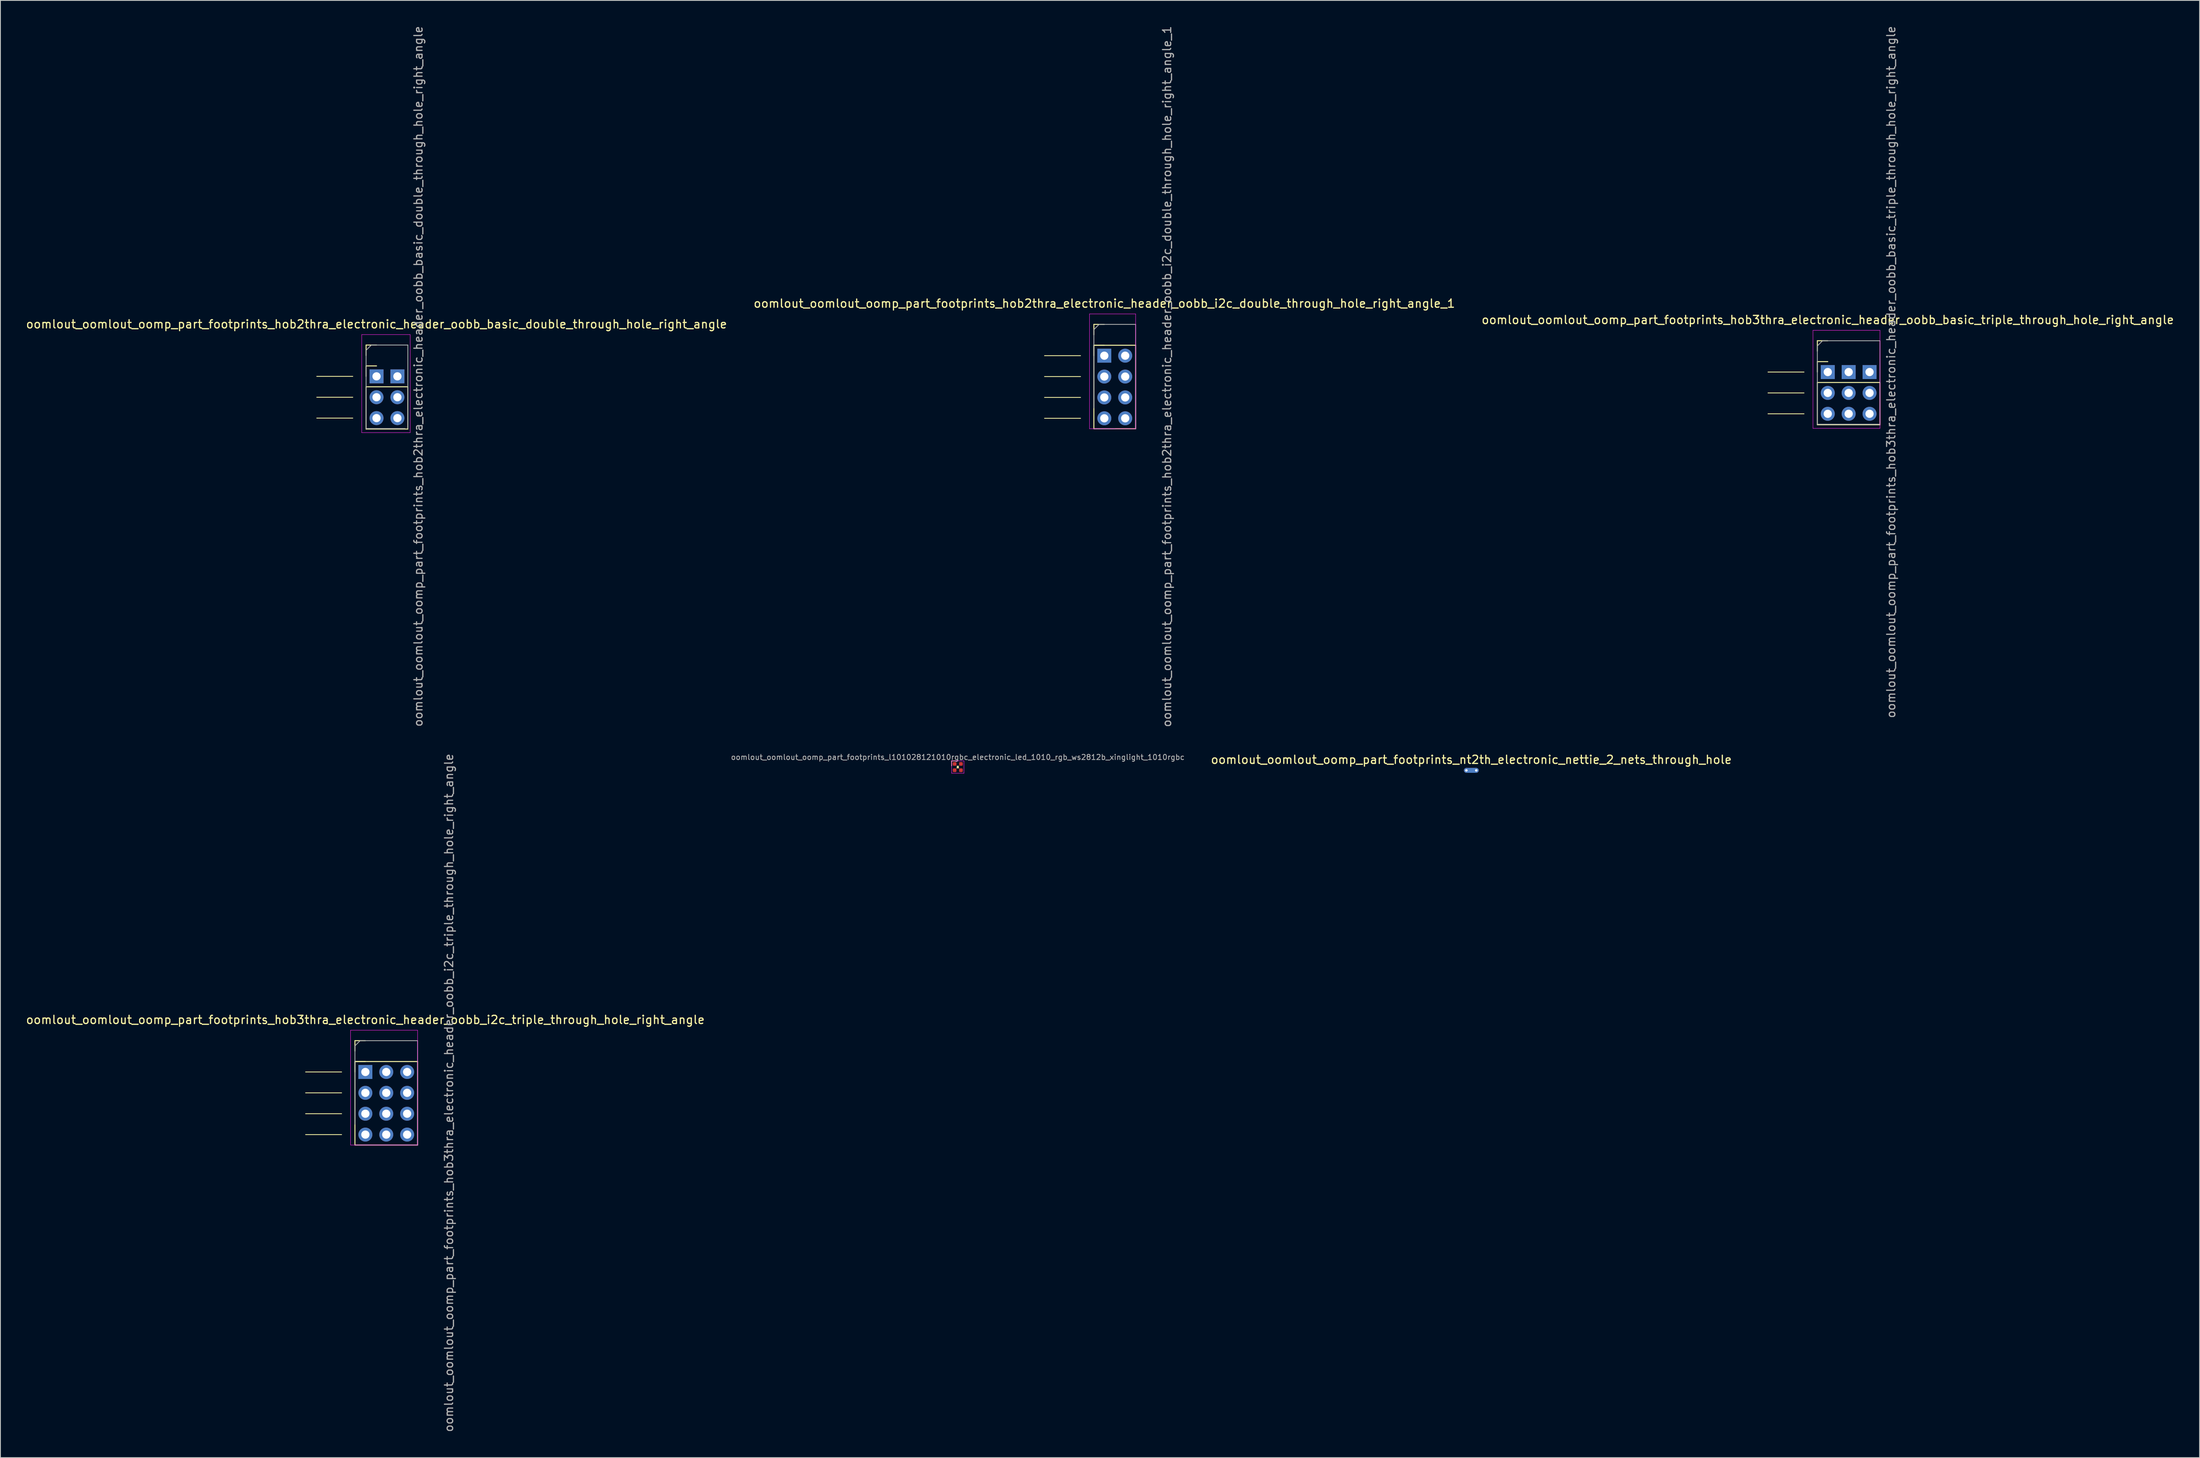
<source format=kicad_pcb>
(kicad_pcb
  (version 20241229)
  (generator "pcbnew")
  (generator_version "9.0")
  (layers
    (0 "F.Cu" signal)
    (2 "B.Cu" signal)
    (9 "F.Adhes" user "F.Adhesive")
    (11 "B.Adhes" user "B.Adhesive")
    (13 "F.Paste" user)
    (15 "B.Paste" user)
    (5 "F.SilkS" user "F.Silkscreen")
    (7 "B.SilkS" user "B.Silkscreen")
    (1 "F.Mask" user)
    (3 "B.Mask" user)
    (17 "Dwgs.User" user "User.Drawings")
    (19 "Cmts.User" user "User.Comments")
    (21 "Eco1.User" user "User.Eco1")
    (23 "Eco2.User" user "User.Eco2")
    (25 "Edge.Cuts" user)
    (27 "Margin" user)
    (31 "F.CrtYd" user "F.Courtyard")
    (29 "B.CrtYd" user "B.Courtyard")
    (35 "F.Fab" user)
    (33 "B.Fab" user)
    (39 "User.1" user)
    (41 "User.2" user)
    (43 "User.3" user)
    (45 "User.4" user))
  (footprint "oomlout_oomlout_oomp_part_footprints_l101028121010rgbc_electronic_led_1010_rgb_ws2812b_xinglight_1010rgbc"
    (layer "F.Cu")
    (at 113.437 90.283)
    (property "Reference" "oomlout_oomlout_oomp_part_footprints_l101028121010rgbc_electronic_led_1010_rgb_ws2812b_xinglight_1010rgbc" (at 0 -1.2 0) (layer "F.Fab") (effects (font (size 0.635 0.635) (thickness 0.1))))
    (attr smd)
    (fp_line (start -0.75 -0.75) (end -0.75 -0.15) (stroke (width 0.1) (type solid)) (layer "F.SilkS"))
    (fp_line (start -0.75 -0.75) (end -0.15 -0.75) (stroke (width 0.1) (type solid)) (layer "F.SilkS"))
    (fp_line (start -0.1 -0.1) (end 0.1 -0.1) (stroke (width 0.1) (type solid)) (layer "F.SilkS"))
    (fp_line (start 0 -0.1) (end -0.1 0.1) (stroke (width 0.1) (type solid)) (layer "F.SilkS"))
    (fp_line (start 0 -0.1) (end 0.1 0.1) (stroke (width 0.1) (type solid)) (layer "F.SilkS"))
    (fp_line (start 0.1 0.1) (end -0.1 0.1) (stroke (width 0.1) (type solid)) (layer "F.SilkS"))
    (fp_line (start -0.75 -0.75) (end 0.75 -0.75) (stroke (width 0.05) (type solid)) (layer "F.CrtYd"))
    (fp_line (start -0.75 0.75) (end -0.75 -0.75) (stroke (width 0.05) (type solid)) (layer "F.CrtYd"))
    (fp_line (start 0.75 -0.75) (end 0.75 0.75) (stroke (width 0.05) (type solid)) (layer "F.CrtYd"))
    (fp_line (start 0.75 0.75) (end -0.75 0.75) (stroke (width 0.05) (type solid)) (layer "F.CrtYd"))
    (pad "1" smd roundrect (at -0.385 -0.385) (size 0.45 0.45) (layers "F.Cu" "F.Mask" "F.Paste") (roundrect_rratio 0.25))
    (pad "2" smd roundrect (at 0.385 -0.385) (size 0.45 0.45) (layers "F.Cu" "F.Mask" "F.Paste") (roundrect_rratio 0.25))
    (pad "3" smd roundrect (at 0.385 0.385) (size 0.45 0.45) (layers "F.Cu" "F.Mask" "F.Paste") (roundrect_rratio 0.25))
    (pad "4" smd roundrect (at -0.385 0.385) (size 0.45 0.45) (layers "F.Cu" "F.Mask" "F.Paste") (roundrect_rratio 0.25)))
  (footprint "oomlout_oomlout_oomp_part_footprints_hob3thra_electronic_header_oobb_basic_triple_through_hole_right_angle"
    (layer "F.Cu")
    (at 219.244 42.22)
    (property "Reference" "oomlout_oomlout_oomp_part_footprints_hob3thra_electronic_header_oobb_basic_triple_through_hole_right_angle" (at 0 -6.35 0) (layer "F.SilkS") (effects (font (size 1 1) (thickness 0.15))))
    (attr through_hole)
    (fp_line (start -2.89 0) (end -7.27 0) (stroke (width 0.1) (type default)) (layer "F.SilkS"))
    (fp_line (start -2.89 2.54) (end -7.27 2.54) (stroke (width 0.1) (type default)) (layer "F.SilkS"))
    (fp_line (start -2.89 5.08) (end -7.27 5.08) (stroke (width 0.1) (type default)) (layer "F.SilkS"))
    (fp_line (start -1.27 -3.81) (end 0 -3.81) (stroke (width 0.12) (type solid)) (layer "F.SilkS"))
    (fp_line (start -1.27 -2.54) (end -1.27 -3.81) (stroke (width 0.12) (type solid)) (layer "F.SilkS"))
    (fp_line (start -1.27 -1.27) (end 0 -1.27) (stroke (width 0.12) (type solid)) (layer "F.SilkS"))
    (fp_line (start -1.27 0) (end -1.27 -1.27) (stroke (width 0.12) (type solid)) (layer "F.SilkS"))
    (fp_line (start -1.27 1.27) (end -1.27 6.41) (stroke (width 0.12) (type solid)) (layer "F.SilkS"))
    (fp_line (start -1.27 6.41) (end 6.35 6.41) (stroke (width 0.12) (type solid)) (layer "F.SilkS"))
    (fp_line (start 6.35 1.27) (end -1.27 1.27) (stroke (width 0.12) (type solid)) (layer "F.SilkS"))
    (fp_line (start 6.35 1.27) (end 6.35 6.41) (stroke (width 0.12) (type solid)) (layer "F.SilkS"))
    (fp_line (start -1.8 -5.08) (end -1.8 6.85) (stroke (width 0.05) (type solid)) (layer "F.CrtYd"))
    (fp_line (start -1.8 6.85) (end 6.35 6.85) (stroke (width 0.05) (type solid)) (layer "F.CrtYd"))
    (fp_line (start 6.35 -5.08) (end -1.8 -5.08) (stroke (width 0.05) (type solid)) (layer "F.CrtYd"))
    (fp_line (start 6.35 6.85) (end 6.35 -5.08) (stroke (width 0.05) (type solid)) (layer "F.CrtYd"))
    (fp_line (start -1.27 -3.175) (end -0.635 -3.81) (stroke (width 0.1) (type solid)) (layer "F.Fab"))
    (fp_line (start -1.27 6.35) (end -1.27 -3.175) (stroke (width 0.1) (type solid)) (layer "F.Fab"))
    (fp_line (start -0.635 -3.81) (end 6.35 -3.81) (stroke (width 0.1) (type solid)) (layer "F.Fab"))
    (fp_line (start 6.35 -3.81) (end 6.35 6.35) (stroke (width 0.1) (type solid)) (layer "F.Fab"))
    (fp_line (start 6.35 6.35) (end -1.27 6.35) (stroke (width 0.1) (type solid)) (layer "F.Fab"))
    (fp_text user "${REFERENCE}" (at 7.7 0 90) (layer "F.Fab") (effects (font (size 1 1) (thickness 0.15))))
    (pad "1" thru_hole oval (at 0 5.08) (size 1.7 1.7) (drill 1) (layers "*.Cu" "*.Mask"))
    (pad "1" thru_hole oval (at 2.54 5.08) (size 1.7 1.7) (drill 1) (layers "*.Cu" "*.Mask"))
    (pad "1" thru_hole oval (at 5.08 5.08) (size 1.7 1.7) (drill 1) (layers "*.Cu" "*.Mask"))
    (pad "2" thru_hole oval (at 0 2.54) (size 1.7 1.7) (drill 1) (layers "*.Cu" "*.Mask"))
    (pad "2" thru_hole oval (at 2.54 2.54) (size 1.7 1.7) (drill 1) (layers "*.Cu" "*.Mask"))
    (pad "2" thru_hole oval (at 5.08 2.54) (size 1.7 1.7) (drill 1) (layers "*.Cu" "*.Mask"))
    (pad "3" thru_hole rect (at 0 0) (size 1.7 1.7) (drill 1) (layers "*.Cu" "*.Mask"))
    (pad "4" thru_hole rect (at 2.54 0) (size 1.7 1.7) (drill 1) (layers "*.Cu" "*.Mask"))
    (pad "5" thru_hole rect (at 5.08 0) (size 1.7 1.7) (drill 1) (layers "*.Cu" "*.Mask")))
  (footprint "oomlout_oomlout_oomp_part_footprints_hob2thra_electronic_header_oobb_i2c_double_through_hole_right_angle_1"
    (layer "F.Cu")
    (at 131.256 40.228)
    (property "Reference" "oomlout_oomlout_oomp_part_footprints_hob2thra_electronic_header_oobb_i2c_double_through_hole_right_angle_1" (at 0 -6.35 0) (layer "F.SilkS") (effects (font (size 1 1) (thickness 0.15))))
    (attr through_hole)
    (fp_line (start -2.89 0) (end -7.27 0) (stroke (width 0.1) (type default)) (layer "F.SilkS"))
    (fp_line (start -2.89 2.54) (end -7.27 2.54) (stroke (width 0.1) (type default)) (layer "F.SilkS"))
    (fp_line (start -2.89 5.08) (end -7.27 5.08) (stroke (width 0.1) (type default)) (layer "F.SilkS"))
    (fp_line (start -2.89 7.62) (end -7.27 7.62) (stroke (width 0.1) (type default)) (layer "F.SilkS"))
    (fp_line (start -1.27 -3.81) (end 0 -3.81) (stroke (width 0.12) (type solid)) (layer "F.SilkS"))
    (fp_line (start -1.27 -2.54) (end -1.27 -3.81) (stroke (width 0.12) (type solid)) (layer "F.SilkS"))
    (fp_line (start -1.27 -1.27) (end -1.27 8.89) (stroke (width 0.12) (type solid)) (layer "F.SilkS"))
    (fp_line (start -1.27 -1.27) (end 0 -1.27) (stroke (width 0.12) (type solid)) (layer "F.SilkS"))
    (fp_line (start -1.27 0) (end -1.27 -1.27) (stroke (width 0.12) (type solid)) (layer "F.SilkS"))
    (fp_line (start -1.27 8.89) (end 3.81 8.89) (stroke (width 0.12) (type solid)) (layer "F.SilkS"))
    (fp_line (start 3.81 -1.27) (end -1.27 -1.27) (stroke (width 0.12) (type solid)) (layer "F.SilkS"))
    (fp_line (start 3.81 -1.27) (end 3.81 8.89) (stroke (width 0.12) (type solid)) (layer "F.SilkS"))
    (fp_line (start -1.8 -5.08) (end -1.8 8.89) (stroke (width 0.05) (type solid)) (layer "F.CrtYd"))
    (fp_line (start -1.8 8.89) (end 3.81 8.89) (stroke (width 0.05) (type solid)) (layer "F.CrtYd"))
    (fp_line (start 3.81 -5.08) (end -1.8 -5.08) (stroke (width 0.05) (type solid)) (layer "F.CrtYd"))
    (fp_line (start 3.81 8.89) (end 3.81 -5.08) (stroke (width 0.05) (type solid)) (layer "F.CrtYd"))
    (fp_line (start -1.27 -3.175) (end -0.635 -3.81) (stroke (width 0.1) (type solid)) (layer "F.Fab"))
    (fp_line (start -1.27 6.35) (end -1.27 -3.175) (stroke (width 0.1) (type solid)) (layer "F.Fab"))
    (fp_line (start -0.635 -3.81) (end 3.81 -3.81) (stroke (width 0.1) (type solid)) (layer "F.Fab"))
    (fp_line (start 1.27 8.89) (end -1.27 8.89) (stroke (width 0.1) (type solid)) (layer "F.Fab"))
    (fp_line (start 3.81 -3.81) (end 3.81 8.89) (stroke (width 0.1) (type solid)) (layer "F.Fab"))
    (fp_text user "${REFERENCE}" (at 7.62 2.54 90) (layer "F.Fab") (effects (font (size 1 1) (thickness 0.15))))
    (pad "1" thru_hole oval (at 0 7.62) (size 1.7 1.7) (drill 1) (layers "*.Cu" "*.Mask"))
    (pad "1" thru_hole oval (at 2.54 7.62) (size 1.7 1.7) (drill 1) (layers "*.Cu" "*.Mask"))
    (pad "2" thru_hole oval (at 0 5.08) (size 1.7 1.7) (drill 1) (layers "*.Cu" "*.Mask"))
    (pad "2" thru_hole oval (at 2.54 5.08) (size 1.7 1.7) (drill 1) (layers "*.Cu" "*.Mask"))
    (pad "3" thru_hole circle (at 0 2.54) (size 1.7 1.7) (drill 1) (layers "*.Cu" "*.Mask"))
    (pad "3" thru_hole circle (at 2.54 2.54) (size 1.7 1.7) (drill 1) (layers "*.Cu" "*.Mask"))
    (pad "4" thru_hole rect (at 0 0) (size 1.7 1.7) (drill 1) (layers "*.Cu" "*.Mask"))
    (pad "4" thru_hole circle (at 2.54 0) (size 1.7 1.7) (drill 1) (layers "*.Cu" "*.Mask")))
  (footprint "oomlout_oomlout_oomp_part_footprints_nt2th_electronic_nettie_2_nets_through_hole"
    (layer "F.Cu")
    (at 175.293 90.684)
    (property "Reference" "oomlout_oomlout_oomp_part_footprints_nt2th_electronic_nettie_2_nets_through_hole" (at 0.6 -1.3 0) (layer "F.SilkS") (effects (font (size 1 1) (thickness 0.15))))
    (attr exclude_from_pos_files exclude_from_bom)
    (fp_poly (pts (xy 0 -0.3) (xy 1.2 -0.3) (xy 1.2 0.3) (xy 0 0.3)) (stroke (width 0) (type solid)) (fill yes) (layer "F.Cu"))
    (fp_poly (pts (xy 0 -0.3) (xy 1.2 -0.3) (xy 1.2 0.3) (xy 0 0.3)) (stroke (width 0) (type solid)) (fill yes) (layer "B.Cu"))
    (pad "1" thru_hole circle (at 0 0) (size 0.6 0.6) (drill 0.3) (layers "*.Cu"))
    (pad "2" thru_hole circle (at 1.2 0) (size 0.6 0.6) (drill 0.3) (layers "*.Cu")))
  (footprint "oomlout_oomlout_oomp_part_footprints_hob2thra_electronic_header_oobb_basic_double_through_hole_right_angle"
    (layer "F.Cu")
    (at 42.744 42.744)
    (property "Reference" "oomlout_oomlout_oomp_part_footprints_hob2thra_electronic_header_oobb_basic_double_through_hole_right_angle" (at 0 -6.35 0) (layer "F.SilkS") (effects (font (size 1 1) (thickness 0.15))))
    (attr through_hole)
    (fp_line (start -2.89 0) (end -7.27 0) (stroke (width 0.1) (type default)) (layer "F.SilkS"))
    (fp_line (start -2.89 2.54) (end -7.27 2.54) (stroke (width 0.1) (type default)) (layer "F.SilkS"))
    (fp_line (start -2.89 5.08) (end -7.27 5.08) (stroke (width 0.1) (type default)) (layer "F.SilkS"))
    (fp_line (start -1.27 -3.81) (end 0 -3.81) (stroke (width 0.12) (type solid)) (layer "F.SilkS"))
    (fp_line (start -1.27 -2.54) (end -1.27 -3.81) (stroke (width 0.12) (type solid)) (layer "F.SilkS"))
    (fp_line (start -1.27 -1.27) (end 0 -1.27) (stroke (width 0.12) (type solid)) (layer "F.SilkS"))
    (fp_line (start -1.27 0) (end -1.27 -1.27) (stroke (width 0.12) (type solid)) (layer "F.SilkS"))
    (fp_line (start -1.27 1.27) (end -1.27 6.41) (stroke (width 0.12) (type solid)) (layer "F.SilkS"))
    (fp_line (start -1.27 6.41) (end 3.81 6.41) (stroke (width 0.12) (type solid)) (layer "F.SilkS"))
    (fp_line (start 3.81 1.27) (end -1.27 1.27) (stroke (width 0.12) (type solid)) (layer "F.SilkS"))
    (fp_line (start 3.81 1.27) (end 3.81 6.41) (stroke (width 0.12) (type solid)) (layer "F.SilkS"))
    (fp_line (start -1.8 -5.08) (end -1.8 6.85) (stroke (width 0.05) (type solid)) (layer "F.CrtYd"))
    (fp_line (start -1.8 6.85) (end 4.095 6.85) (stroke (width 0.05) (type solid)) (layer "F.CrtYd"))
    (fp_line (start 4.095 -5.08) (end -1.8 -5.08) (stroke (width 0.05) (type solid)) (layer "F.CrtYd"))
    (fp_line (start 4.095 6.85) (end 4.095 -5.08) (stroke (width 0.05) (type solid)) (layer "F.CrtYd"))
    (fp_line (start -1.27 -3.175) (end -0.635 -3.81) (stroke (width 0.1) (type solid)) (layer "F.Fab"))
    (fp_line (start -1.27 6.35) (end -1.27 -3.175) (stroke (width 0.1) (type solid)) (layer "F.Fab"))
    (fp_line (start -0.635 -3.81) (end 3.81 -3.81) (stroke (width 0.1) (type solid)) (layer "F.Fab"))
    (fp_line (start 3.46 6.35) (end -1.27 6.35) (stroke (width 0.1) (type solid)) (layer "F.Fab"))
    (fp_line (start 3.81 -3.81) (end 3.81 6.35) (stroke (width 0.1) (type solid)) (layer "F.Fab"))
    (fp_text user "${REFERENCE}" (at 5.08 0 90) (layer "F.Fab") (effects (font (size 1 1) (thickness 0.15))))
    (pad "1" thru_hole oval (at 0 5.08) (size 1.7 1.7) (drill 1) (layers "*.Cu" "*.Mask"))
    (pad "1" thru_hole oval (at 2.54 5.08) (size 1.7 1.7) (drill 1) (layers "*.Cu" "*.Mask"))
    (pad "2" thru_hole oval (at 0 2.54) (size 1.7 1.7) (drill 1) (layers "*.Cu" "*.Mask"))
    (pad "2" thru_hole oval (at 2.54 2.54) (size 1.7 1.7) (drill 1) (layers "*.Cu" "*.Mask"))
    (pad "3" thru_hole rect (at 0 0) (size 1.7 1.7) (drill 1) (layers "*.Cu" "*.Mask"))
    (pad "4" thru_hole rect (at 2.54 0) (size 1.7 1.7) (drill 1) (layers "*.Cu" "*.Mask")))
  (footprint "oomlout_oomlout_oomp_part_footprints_hob3thra_electronic_header_oobb_i2c_triple_through_hole_right_angle"
    (layer "F.Cu")
    (at 41.387 127.383)
    (property "Reference" "oomlout_oomlout_oomp_part_footprints_hob3thra_electronic_header_oobb_i2c_triple_through_hole_right_angle" (at 0 -6.35 0) (layer "F.SilkS") (effects (font (size 1 1) (thickness 0.15))))
    (attr through_hole)
    (fp_line (start -2.89 0) (end -7.27 0) (stroke (width 0.1) (type default)) (layer "F.SilkS"))
    (fp_line (start -2.89 2.54) (end -7.27 2.54) (stroke (width 0.1) (type default)) (layer "F.SilkS"))
    (fp_line (start -2.89 5.08) (end -7.27 5.08) (stroke (width 0.1) (type default)) (layer "F.SilkS"))
    (fp_line (start -2.89 7.62) (end -7.27 7.62) (stroke (width 0.1) (type default)) (layer "F.SilkS"))
    (fp_line (start -1.27 -3.81) (end 0 -3.81) (stroke (width 0.12) (type solid)) (layer "F.SilkS"))
    (fp_line (start -1.27 -2.54) (end -1.27 -3.81) (stroke (width 0.12) (type solid)) (layer "F.SilkS"))
    (fp_line (start -1.27 -1.27) (end -1.27 8.89) (stroke (width 0.12) (type solid)) (layer "F.SilkS"))
    (fp_line (start -1.27 -1.27) (end 0 -1.27) (stroke (width 0.12) (type solid)) (layer "F.SilkS"))
    (fp_line (start -1.27 0) (end -1.27 -1.27) (stroke (width 0.12) (type solid)) (layer "F.SilkS"))
    (fp_line (start -1.27 8.89) (end 6.35 8.89) (stroke (width 0.12) (type solid)) (layer "F.SilkS"))
    (fp_line (start 6.35 -1.27) (end -1.27 -1.27) (stroke (width 0.12) (type solid)) (layer "F.SilkS"))
    (fp_line (start 6.35 -1.27) (end 6.35 8.89) (stroke (width 0.12) (type solid)) (layer "F.SilkS"))
    (fp_line (start -1.8 -5.08) (end -1.8 8.89) (stroke (width 0.05) (type solid)) (layer "F.CrtYd"))
    (fp_line (start -1.8 8.89) (end 6.35 8.89) (stroke (width 0.05) (type solid)) (layer "F.CrtYd"))
    (fp_line (start 6.35 -5.08) (end -1.8 -5.08) (stroke (width 0.05) (type solid)) (layer "F.CrtYd"))
    (fp_line (start 6.35 8.89) (end 6.35 -5.08) (stroke (width 0.05) (type solid)) (layer "F.CrtYd"))
    (fp_line (start -1.27 -3.175) (end -0.635 -3.81) (stroke (width 0.1) (type solid)) (layer "F.Fab"))
    (fp_line (start -1.27 6.35) (end -1.27 -3.175) (stroke (width 0.1) (type solid)) (layer "F.Fab"))
    (fp_line (start -0.635 -3.81) (end 6.35 -3.81) (stroke (width 0.1) (type solid)) (layer "F.Fab"))
    (fp_line (start 6.35 -3.81) (end 6.35 8.89) (stroke (width 0.1) (type solid)) (layer "F.Fab"))
    (fp_line (start 6.35 8.89) (end -1.27 8.89) (stroke (width 0.1) (type solid)) (layer "F.Fab"))
    (fp_text user "${REFERENCE}" (at 10.16 2.54 90) (layer "F.Fab") (effects (font (size 1 1) (thickness 0.15))))
    (pad "1" thru_hole oval (at 0 7.62) (size 1.7 1.7) (drill 1) (layers "*.Cu" "*.Mask"))
    (pad "1" thru_hole oval (at 2.54 7.62) (size 1.7 1.7) (drill 1) (layers "*.Cu" "*.Mask"))
    (pad "1" thru_hole oval (at 5.08 7.62) (size 1.7 1.7) (drill 1) (layers "*.Cu" "*.Mask"))
    (pad "2" thru_hole oval (at 0 5.08) (size 1.7 1.7) (drill 1) (layers "*.Cu" "*.Mask"))
    (pad "2" thru_hole oval (at 2.54 5.08) (size 1.7 1.7) (drill 1) (layers "*.Cu" "*.Mask"))
    (pad "2" thru_hole oval (at 5.08 5.08) (size 1.7 1.7) (drill 1) (layers "*.Cu" "*.Mask"))
    (pad "3" thru_hole circle (at 0 2.54) (size 1.7 1.7) (drill 1) (layers "*.Cu" "*.Mask"))
    (pad "3" thru_hole circle (at 2.54 2.54) (size 1.7 1.7) (drill 1) (layers "*.Cu" "*.Mask"))
    (pad "3" thru_hole circle (at 5.08 2.54) (size 1.7 1.7) (drill 1) (layers "*.Cu" "*.Mask"))
    (pad "4" thru_hole rect (at 0 0) (size 1.7 1.7) (drill 1) (layers "*.Cu" "*.Mask"))
    (pad "4" thru_hole circle (at 2.54 0) (size 1.7 1.7) (drill 1) (layers "*.Cu" "*.Mask"))
    (pad "4" thru_hole circle (at 5.08 0) (size 1.7 1.7) (drill 1) (layers "*.Cu" "*.Mask")))
  (gr_rect
    (start -3 -3)
    (end 264.464 174.31)
    (stroke (width 0.1) (type default))
    (fill no)
    (layer "Edge.Cuts")))
</source>
